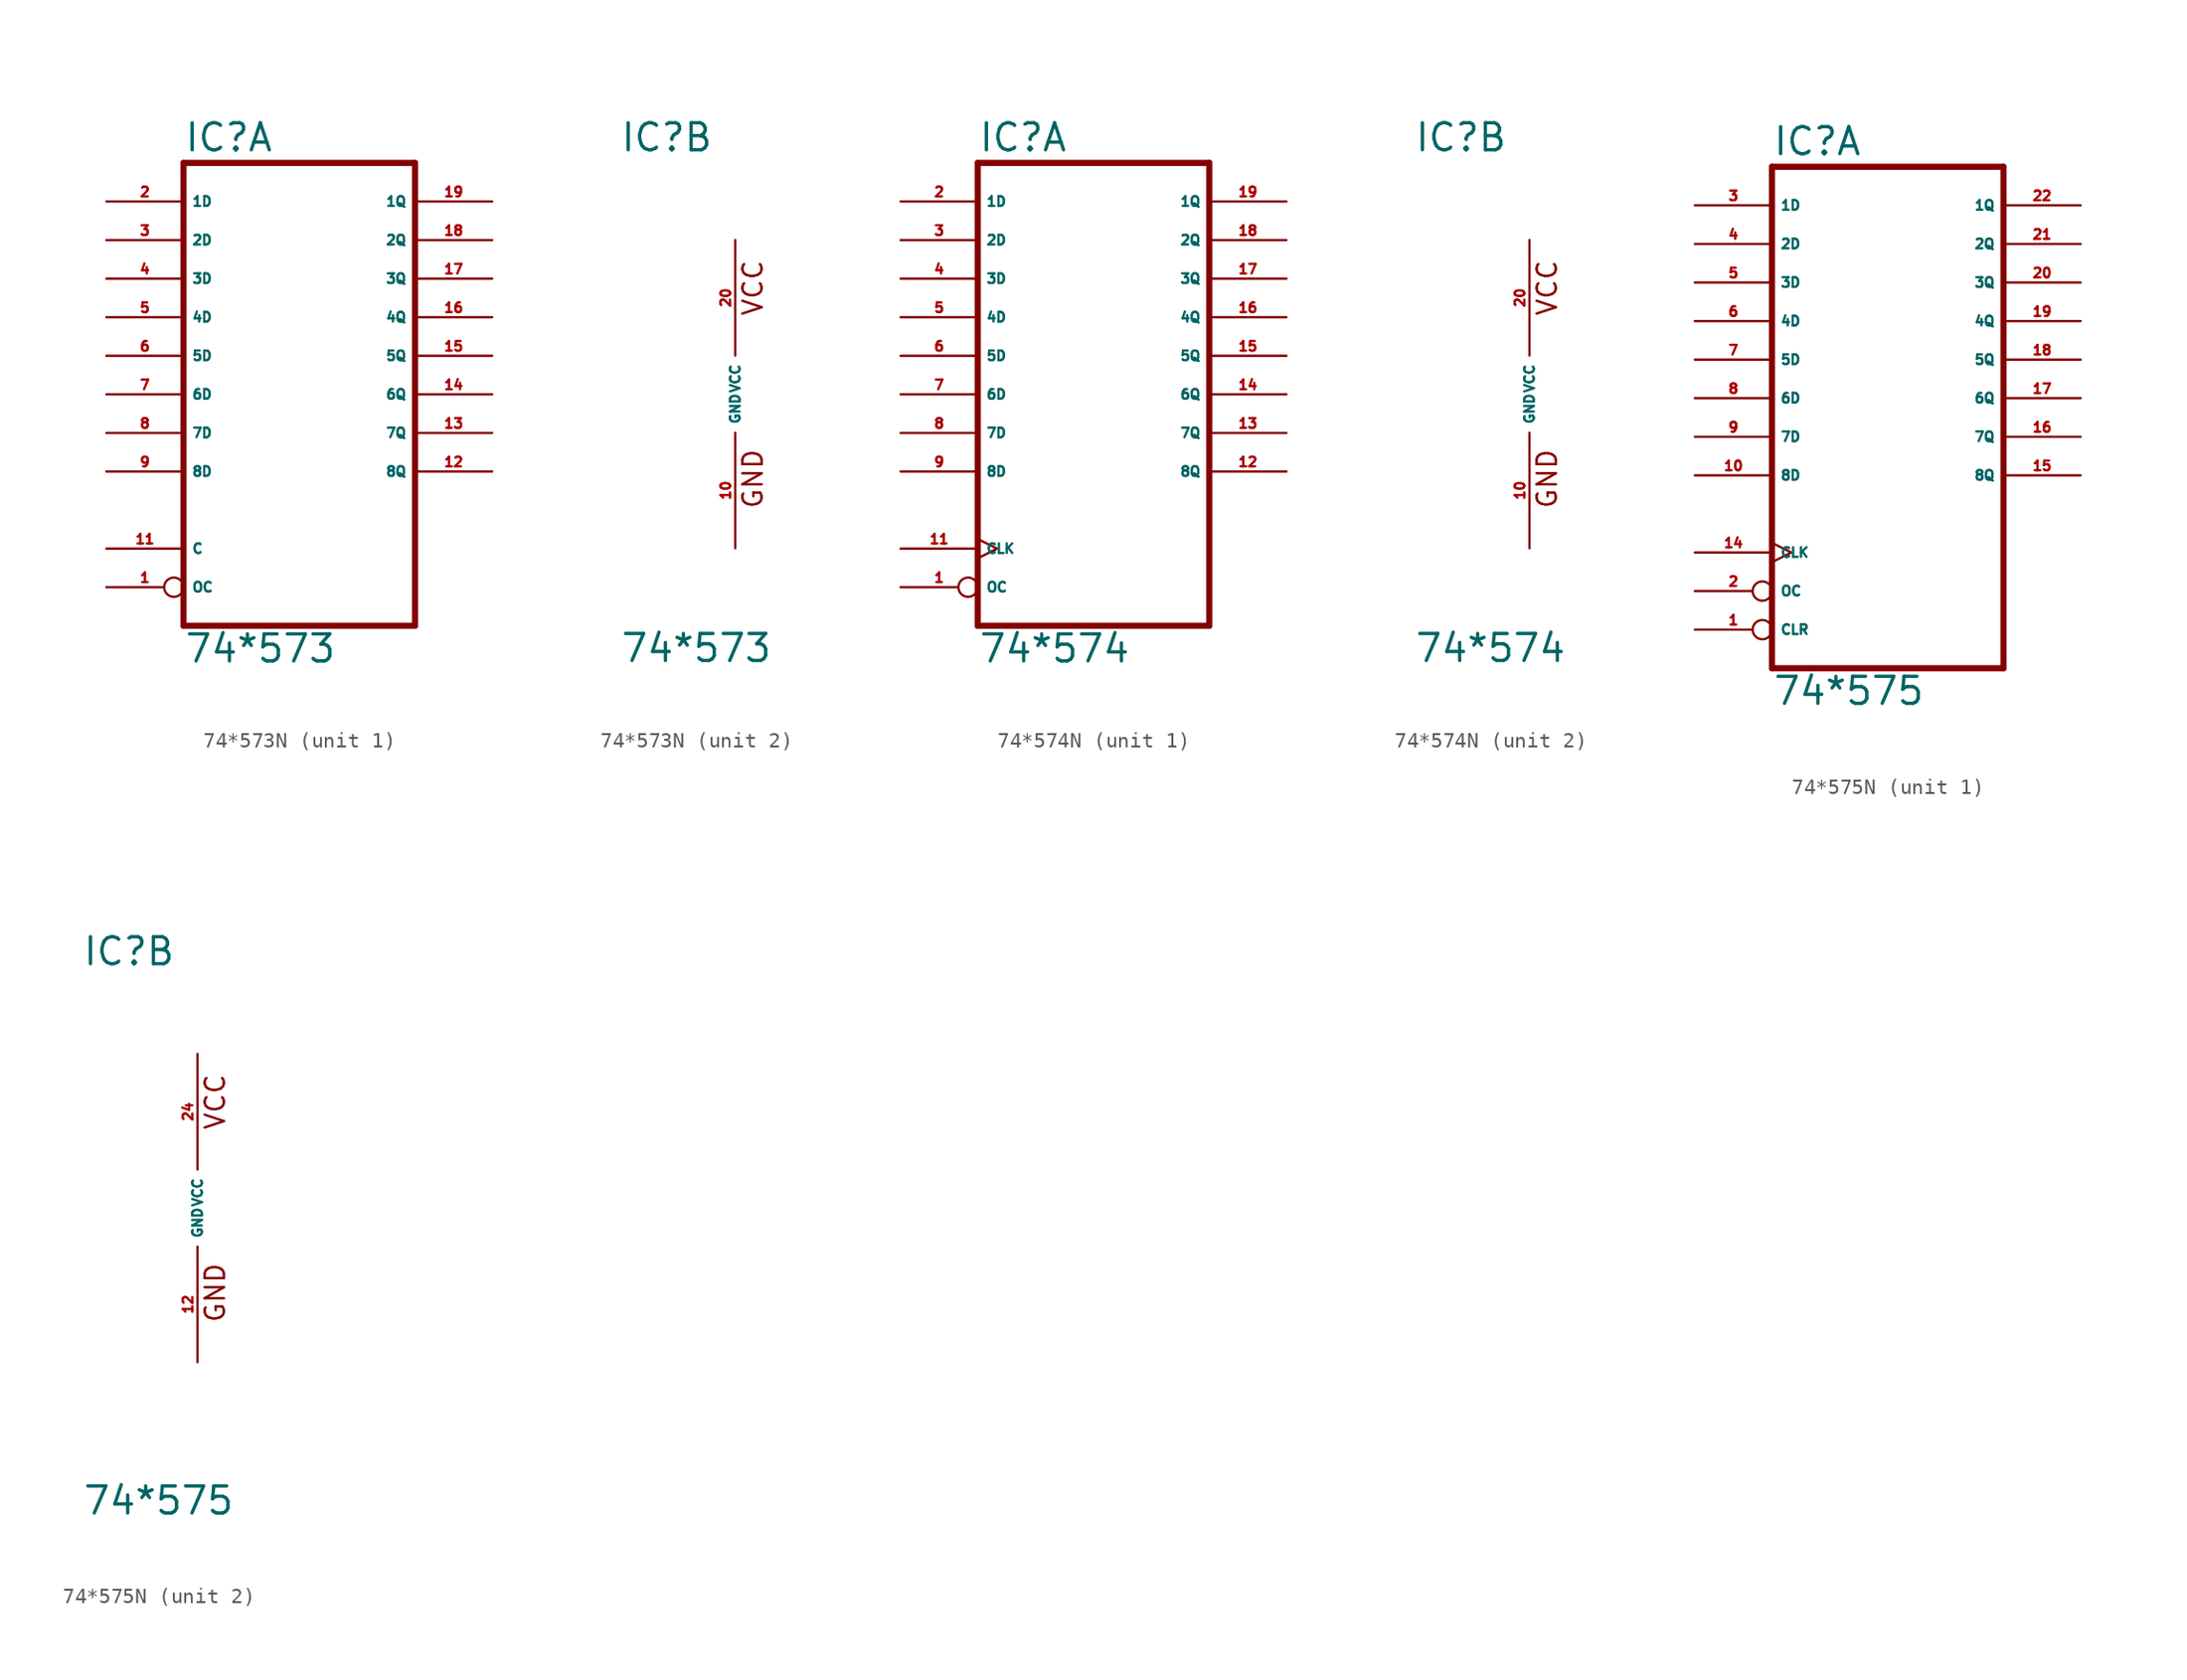
<source format=kicad_sym>
(kicad_symbol_lib
  (version 20220914)
  (generator Eagle2Kicad)
  (symbol "74*573N"
    (property "Reference" "IC"
      (at -7.62 15.875 0)
      (effects (font (size 1.778 1.778) (thickness 0.22)) (justify left bottom)))
    (property "Value" "74*573"
      (at -7.62 -17.78 0)
      (effects (font (size 1.778 1.778) (thickness 0.22)) (justify left bottom)))
    (symbol "74*573N_1_0"
      (polyline (pts (xy -7.62 -15.24) (xy 7.62 -15.24)) (stroke (width 0.406) (type default)) (fill (type none)))
      (polyline (pts (xy 7.62 -15.24) (xy 7.62 15.24)) (stroke (width 0.406) (type default)) (fill (type none)))
      (polyline (pts (xy 7.62 15.24) (xy -7.62 15.24)) (stroke (width 0.406) (type default)) (fill (type none)))
      (polyline (pts (xy -7.62 15.24) (xy -7.62 -15.24)) (stroke (width 0.406) (type default)) (fill (type none)))
      (pin input inverted (at -12.7 -12.7 0) (length 5.08) (name "OC" (effects (font (size 0.635 0.635) (thickness 0.08)) (justify left bottom))) (number "1" (effects (font (size 0.635 0.635) (thickness 0.08)) (justify left bottom))))
      (pin input line (at -12.7 12.7 0) (length 5.08) (name "1D" (effects (font (size 0.635 0.635) (thickness 0.08)) (justify left bottom))) (number "2" (effects (font (size 0.635 0.635) (thickness 0.08)) (justify left bottom))))
      (pin input line (at -12.7 10.16 0) (length 5.08) (name "2D" (effects (font (size 0.635 0.635) (thickness 0.08)) (justify left bottom))) (number "3" (effects (font (size 0.635 0.635) (thickness 0.08)) (justify left bottom))))
      (pin input line (at -12.7 7.62 0) (length 5.08) (name "3D" (effects (font (size 0.635 0.635) (thickness 0.08)) (justify left bottom))) (number "4" (effects (font (size 0.635 0.635) (thickness 0.08)) (justify left bottom))))
      (pin input line (at -12.7 5.08 0) (length 5.08) (name "4D" (effects (font (size 0.635 0.635) (thickness 0.08)) (justify left bottom))) (number "5" (effects (font (size 0.635 0.635) (thickness 0.08)) (justify left bottom))))
      (pin input line (at -12.7 2.54 0) (length 5.08) (name "5D" (effects (font (size 0.635 0.635) (thickness 0.08)) (justify left bottom))) (number "6" (effects (font (size 0.635 0.635) (thickness 0.08)) (justify left bottom))))
      (pin input line (at -12.7 0 0) (length 5.08) (name "6D" (effects (font (size 0.635 0.635) (thickness 0.08)) (justify left bottom))) (number "7" (effects (font (size 0.635 0.635) (thickness 0.08)) (justify left bottom))))
      (pin input line (at -12.7 -2.54 0) (length 5.08) (name "7D" (effects (font (size 0.635 0.635) (thickness 0.08)) (justify left bottom))) (number "8" (effects (font (size 0.635 0.635) (thickness 0.08)) (justify left bottom))))
      (pin input line (at -12.7 -5.08 0) (length 5.08) (name "8D" (effects (font (size 0.635 0.635) (thickness 0.08)) (justify left bottom))) (number "9" (effects (font (size 0.635 0.635) (thickness 0.08)) (justify left bottom))))
      (pin input line (at -12.7 -10.16 0) (length 5.08) (name "C" (effects (font (size 0.635 0.635) (thickness 0.08)) (justify left bottom))) (number "11" (effects (font (size 0.635 0.635) (thickness 0.08)) (justify left bottom))))
      (pin tri_state line (at 12.7 -5.08 180) (length 5.08) (name "8Q" (effects (font (size 0.635 0.635) (thickness 0.08)) (justify left bottom))) (number "12" (effects (font (size 0.635 0.635) (thickness 0.08)) (justify left bottom))))
      (pin tri_state line (at 12.7 -2.54 180) (length 5.08) (name "7Q" (effects (font (size 0.635 0.635) (thickness 0.08)) (justify left bottom))) (number "13" (effects (font (size 0.635 0.635) (thickness 0.08)) (justify left bottom))))
      (pin tri_state line (at 12.7 0 180) (length 5.08) (name "6Q" (effects (font (size 0.635 0.635) (thickness 0.08)) (justify left bottom))) (number "14" (effects (font (size 0.635 0.635) (thickness 0.08)) (justify left bottom))))
      (pin tri_state line (at 12.7 2.54 180) (length 5.08) (name "5Q" (effects (font (size 0.635 0.635) (thickness 0.08)) (justify left bottom))) (number "15" (effects (font (size 0.635 0.635) (thickness 0.08)) (justify left bottom))))
      (pin tri_state line (at 12.7 5.08 180) (length 5.08) (name "4Q" (effects (font (size 0.635 0.635) (thickness 0.08)) (justify left bottom))) (number "16" (effects (font (size 0.635 0.635) (thickness 0.08)) (justify left bottom))))
      (pin tri_state line (at 12.7 7.62 180) (length 5.08) (name "3Q" (effects (font (size 0.635 0.635) (thickness 0.08)) (justify left bottom))) (number "17" (effects (font (size 0.635 0.635) (thickness 0.08)) (justify left bottom))))
      (pin tri_state line (at 12.7 10.16 180) (length 5.08) (name "2Q" (effects (font (size 0.635 0.635) (thickness 0.08)) (justify left bottom))) (number "18" (effects (font (size 0.635 0.635) (thickness 0.08)) (justify left bottom))))
      (pin tri_state line (at 12.7 12.7 180) (length 5.08) (name "1Q" (effects (font (size 0.635 0.635) (thickness 0.08)) (justify left bottom))) (number "19" (effects (font (size 0.635 0.635) (thickness 0.08)) (justify left bottom)))))
    (symbol "74*573N_2_0"
      (text "GND" (at 1.905 -7.62 900) (effects (font (size 1.27 1.27) (thickness 0.16)) (justify left bottom)))
      (text "VCC" (at 1.905 5.08 900) (effects (font (size 1.27 1.27) (thickness 0.16)) (justify left bottom)))
      (pin unspecified line (at 0 -10.16 90) (length 7.62) (name "GND" (effects (font (size 0.635 0.635) (thickness 0.08)) (justify left bottom))) (number "10" (effects (font (size 0.635 0.635) (thickness 0.08)) (justify left bottom))))
      (pin unspecified line (at 0 10.16 270) (length 7.62) (name "VCC" (effects (font (size 0.635 0.635) (thickness 0.08)) (justify left bottom))) (number "20" (effects (font (size 0.635 0.635) (thickness 0.08)) (justify left bottom))))))
  (symbol "74*574N"
    (property "Reference" "IC"
      (at -7.62 15.875 0)
      (effects (font (size 1.778 1.778) (thickness 0.22)) (justify left bottom)))
    (property "Value" "74*574"
      (at -7.62 -17.78 0)
      (effects (font (size 1.778 1.778) (thickness 0.22)) (justify left bottom)))
    (symbol "74*574N_1_0"
      (polyline (pts (xy -7.62 -15.24) (xy 7.62 -15.24)) (stroke (width 0.406) (type default)) (fill (type none)))
      (polyline (pts (xy 7.62 -15.24) (xy 7.62 15.24)) (stroke (width 0.406) (type default)) (fill (type none)))
      (polyline (pts (xy 7.62 15.24) (xy -7.62 15.24)) (stroke (width 0.406) (type default)) (fill (type none)))
      (polyline (pts (xy -7.62 15.24) (xy -7.62 -15.24)) (stroke (width 0.406) (type default)) (fill (type none)))
      (pin input inverted (at -12.7 -12.7 0) (length 5.08) (name "OC" (effects (font (size 0.635 0.635) (thickness 0.08)) (justify left bottom))) (number "1" (effects (font (size 0.635 0.635) (thickness 0.08)) (justify left bottom))))
      (pin input line (at -12.7 12.7 0) (length 5.08) (name "1D" (effects (font (size 0.635 0.635) (thickness 0.08)) (justify left bottom))) (number "2" (effects (font (size 0.635 0.635) (thickness 0.08)) (justify left bottom))))
      (pin input line (at -12.7 10.16 0) (length 5.08) (name "2D" (effects (font (size 0.635 0.635) (thickness 0.08)) (justify left bottom))) (number "3" (effects (font (size 0.635 0.635) (thickness 0.08)) (justify left bottom))))
      (pin input line (at -12.7 7.62 0) (length 5.08) (name "3D" (effects (font (size 0.635 0.635) (thickness 0.08)) (justify left bottom))) (number "4" (effects (font (size 0.635 0.635) (thickness 0.08)) (justify left bottom))))
      (pin input line (at -12.7 5.08 0) (length 5.08) (name "4D" (effects (font (size 0.635 0.635) (thickness 0.08)) (justify left bottom))) (number "5" (effects (font (size 0.635 0.635) (thickness 0.08)) (justify left bottom))))
      (pin input line (at -12.7 2.54 0) (length 5.08) (name "5D" (effects (font (size 0.635 0.635) (thickness 0.08)) (justify left bottom))) (number "6" (effects (font (size 0.635 0.635) (thickness 0.08)) (justify left bottom))))
      (pin input line (at -12.7 0 0) (length 5.08) (name "6D" (effects (font (size 0.635 0.635) (thickness 0.08)) (justify left bottom))) (number "7" (effects (font (size 0.635 0.635) (thickness 0.08)) (justify left bottom))))
      (pin input line (at -12.7 -2.54 0) (length 5.08) (name "7D" (effects (font (size 0.635 0.635) (thickness 0.08)) (justify left bottom))) (number "8" (effects (font (size 0.635 0.635) (thickness 0.08)) (justify left bottom))))
      (pin input line (at -12.7 -5.08 0) (length 5.08) (name "8D" (effects (font (size 0.635 0.635) (thickness 0.08)) (justify left bottom))) (number "9" (effects (font (size 0.635 0.635) (thickness 0.08)) (justify left bottom))))
      (pin input clock (at -12.7 -10.16 0) (length 5.08) (name "CLK" (effects (font (size 0.635 0.635) (thickness 0.08)) (justify left bottom))) (number "11" (effects (font (size 0.635 0.635) (thickness 0.08)) (justify left bottom))))
      (pin tri_state line (at 12.7 -5.08 180) (length 5.08) (name "8Q" (effects (font (size 0.635 0.635) (thickness 0.08)) (justify left bottom))) (number "12" (effects (font (size 0.635 0.635) (thickness 0.08)) (justify left bottom))))
      (pin tri_state line (at 12.7 -2.54 180) (length 5.08) (name "7Q" (effects (font (size 0.635 0.635) (thickness 0.08)) (justify left bottom))) (number "13" (effects (font (size 0.635 0.635) (thickness 0.08)) (justify left bottom))))
      (pin tri_state line (at 12.7 0 180) (length 5.08) (name "6Q" (effects (font (size 0.635 0.635) (thickness 0.08)) (justify left bottom))) (number "14" (effects (font (size 0.635 0.635) (thickness 0.08)) (justify left bottom))))
      (pin tri_state line (at 12.7 2.54 180) (length 5.08) (name "5Q" (effects (font (size 0.635 0.635) (thickness 0.08)) (justify left bottom))) (number "15" (effects (font (size 0.635 0.635) (thickness 0.08)) (justify left bottom))))
      (pin tri_state line (at 12.7 5.08 180) (length 5.08) (name "4Q" (effects (font (size 0.635 0.635) (thickness 0.08)) (justify left bottom))) (number "16" (effects (font (size 0.635 0.635) (thickness 0.08)) (justify left bottom))))
      (pin tri_state line (at 12.7 7.62 180) (length 5.08) (name "3Q" (effects (font (size 0.635 0.635) (thickness 0.08)) (justify left bottom))) (number "17" (effects (font (size 0.635 0.635) (thickness 0.08)) (justify left bottom))))
      (pin tri_state line (at 12.7 10.16 180) (length 5.08) (name "2Q" (effects (font (size 0.635 0.635) (thickness 0.08)) (justify left bottom))) (number "18" (effects (font (size 0.635 0.635) (thickness 0.08)) (justify left bottom))))
      (pin tri_state line (at 12.7 12.7 180) (length 5.08) (name "1Q" (effects (font (size 0.635 0.635) (thickness 0.08)) (justify left bottom))) (number "19" (effects (font (size 0.635 0.635) (thickness 0.08)) (justify left bottom)))))
    (symbol "74*574N_2_0"
      (text "GND" (at 1.905 -7.62 900) (effects (font (size 1.27 1.27) (thickness 0.16)) (justify left bottom)))
      (text "VCC" (at 1.905 5.08 900) (effects (font (size 1.27 1.27) (thickness 0.16)) (justify left bottom)))
      (pin unspecified line (at 0 -10.16 90) (length 7.62) (name "GND" (effects (font (size 0.635 0.635) (thickness 0.08)) (justify left bottom))) (number "10" (effects (font (size 0.635 0.635) (thickness 0.08)) (justify left bottom))))
      (pin unspecified line (at 0 10.16 270) (length 7.62) (name "VCC" (effects (font (size 0.635 0.635) (thickness 0.08)) (justify left bottom))) (number "20" (effects (font (size 0.635 0.635) (thickness 0.08)) (justify left bottom))))))
  (symbol "74*575N"
    (property "Reference" "IC"
      (at -7.62 15.875 0)
      (effects (font (size 1.778 1.778) (thickness 0.22)) (justify left bottom)))
    (property "Value" "74*575"
      (at -7.62 -20.32 0)
      (effects (font (size 1.778 1.778) (thickness 0.22)) (justify left bottom)))
    (symbol "74*575N_1_0"
      (polyline (pts (xy -7.62 -17.78) (xy 7.62 -17.78)) (stroke (width 0.406) (type default)) (fill (type none)))
      (polyline (pts (xy 7.62 -17.78) (xy 7.62 15.24)) (stroke (width 0.406) (type default)) (fill (type none)))
      (polyline (pts (xy 7.62 15.24) (xy -7.62 15.24)) (stroke (width 0.406) (type default)) (fill (type none)))
      (polyline (pts (xy -7.62 15.24) (xy -7.62 -17.78)) (stroke (width 0.406) (type default)) (fill (type none)))
      (pin input inverted (at -12.7 -15.24 0) (length 5.08) (name "CLR" (effects (font (size 0.635 0.635) (thickness 0.08)) (justify left bottom))) (number "1" (effects (font (size 0.635 0.635) (thickness 0.08)) (justify left bottom))))
      (pin input inverted (at -12.7 -12.7 0) (length 5.08) (name "OC" (effects (font (size 0.635 0.635) (thickness 0.08)) (justify left bottom))) (number "2" (effects (font (size 0.635 0.635) (thickness 0.08)) (justify left bottom))))
      (pin input line (at -12.7 12.7 0) (length 5.08) (name "1D" (effects (font (size 0.635 0.635) (thickness 0.08)) (justify left bottom))) (number "3" (effects (font (size 0.635 0.635) (thickness 0.08)) (justify left bottom))))
      (pin input line (at -12.7 10.16 0) (length 5.08) (name "2D" (effects (font (size 0.635 0.635) (thickness 0.08)) (justify left bottom))) (number "4" (effects (font (size 0.635 0.635) (thickness 0.08)) (justify left bottom))))
      (pin input line (at -12.7 7.62 0) (length 5.08) (name "3D" (effects (font (size 0.635 0.635) (thickness 0.08)) (justify left bottom))) (number "5" (effects (font (size 0.635 0.635) (thickness 0.08)) (justify left bottom))))
      (pin input line (at -12.7 5.08 0) (length 5.08) (name "4D" (effects (font (size 0.635 0.635) (thickness 0.08)) (justify left bottom))) (number "6" (effects (font (size 0.635 0.635) (thickness 0.08)) (justify left bottom))))
      (pin input line (at -12.7 2.54 0) (length 5.08) (name "5D" (effects (font (size 0.635 0.635) (thickness 0.08)) (justify left bottom))) (number "7" (effects (font (size 0.635 0.635) (thickness 0.08)) (justify left bottom))))
      (pin input line (at -12.7 0 0) (length 5.08) (name "6D" (effects (font (size 0.635 0.635) (thickness 0.08)) (justify left bottom))) (number "8" (effects (font (size 0.635 0.635) (thickness 0.08)) (justify left bottom))))
      (pin input line (at -12.7 -2.54 0) (length 5.08) (name "7D" (effects (font (size 0.635 0.635) (thickness 0.08)) (justify left bottom))) (number "9" (effects (font (size 0.635 0.635) (thickness 0.08)) (justify left bottom))))
      (pin input line (at -12.7 -5.08 0) (length 5.08) (name "8D" (effects (font (size 0.635 0.635) (thickness 0.08)) (justify left bottom))) (number "10" (effects (font (size 0.635 0.635) (thickness 0.08)) (justify left bottom))))
      (pin input clock (at -12.7 -10.16 0) (length 5.08) (name "CLK" (effects (font (size 0.635 0.635) (thickness 0.08)) (justify left bottom))) (number "14" (effects (font (size 0.635 0.635) (thickness 0.08)) (justify left bottom))))
      (pin tri_state line (at 12.7 -5.08 180) (length 5.08) (name "8Q" (effects (font (size 0.635 0.635) (thickness 0.08)) (justify left bottom))) (number "15" (effects (font (size 0.635 0.635) (thickness 0.08)) (justify left bottom))))
      (pin tri_state line (at 12.7 -2.54 180) (length 5.08) (name "7Q" (effects (font (size 0.635 0.635) (thickness 0.08)) (justify left bottom))) (number "16" (effects (font (size 0.635 0.635) (thickness 0.08)) (justify left bottom))))
      (pin tri_state line (at 12.7 0 180) (length 5.08) (name "6Q" (effects (font (size 0.635 0.635) (thickness 0.08)) (justify left bottom))) (number "17" (effects (font (size 0.635 0.635) (thickness 0.08)) (justify left bottom))))
      (pin tri_state line (at 12.7 2.54 180) (length 5.08) (name "5Q" (effects (font (size 0.635 0.635) (thickness 0.08)) (justify left bottom))) (number "18" (effects (font (size 0.635 0.635) (thickness 0.08)) (justify left bottom))))
      (pin tri_state line (at 12.7 5.08 180) (length 5.08) (name "4Q" (effects (font (size 0.635 0.635) (thickness 0.08)) (justify left bottom))) (number "19" (effects (font (size 0.635 0.635) (thickness 0.08)) (justify left bottom))))
      (pin tri_state line (at 12.7 7.62 180) (length 5.08) (name "3Q" (effects (font (size 0.635 0.635) (thickness 0.08)) (justify left bottom))) (number "20" (effects (font (size 0.635 0.635) (thickness 0.08)) (justify left bottom))))
      (pin tri_state line (at 12.7 10.16 180) (length 5.08) (name "2Q" (effects (font (size 0.635 0.635) (thickness 0.08)) (justify left bottom))) (number "21" (effects (font (size 0.635 0.635) (thickness 0.08)) (justify left bottom))))
      (pin tri_state line (at 12.7 12.7 180) (length 5.08) (name "1Q" (effects (font (size 0.635 0.635) (thickness 0.08)) (justify left bottom))) (number "22" (effects (font (size 0.635 0.635) (thickness 0.08)) (justify left bottom)))))
    (symbol "74*575N_2_0"
      (text "GND" (at 1.905 -7.62 900) (effects (font (size 1.27 1.27) (thickness 0.16)) (justify left bottom)))
      (text "VCC" (at 1.905 5.08 900) (effects (font (size 1.27 1.27) (thickness 0.16)) (justify left bottom)))
      (pin unspecified line (at 0 -10.16 90) (length 7.62) (name "GND" (effects (font (size 0.635 0.635) (thickness 0.08)) (justify left bottom))) (number "12" (effects (font (size 0.635 0.635) (thickness 0.08)) (justify left bottom))))
      (pin unspecified line (at 0 10.16 270) (length 7.62) (name "VCC" (effects (font (size 0.635 0.635) (thickness 0.08)) (justify left bottom))) (number "24" (effects (font (size 0.635 0.635) (thickness 0.08)) (justify left bottom)))))))
</source>
